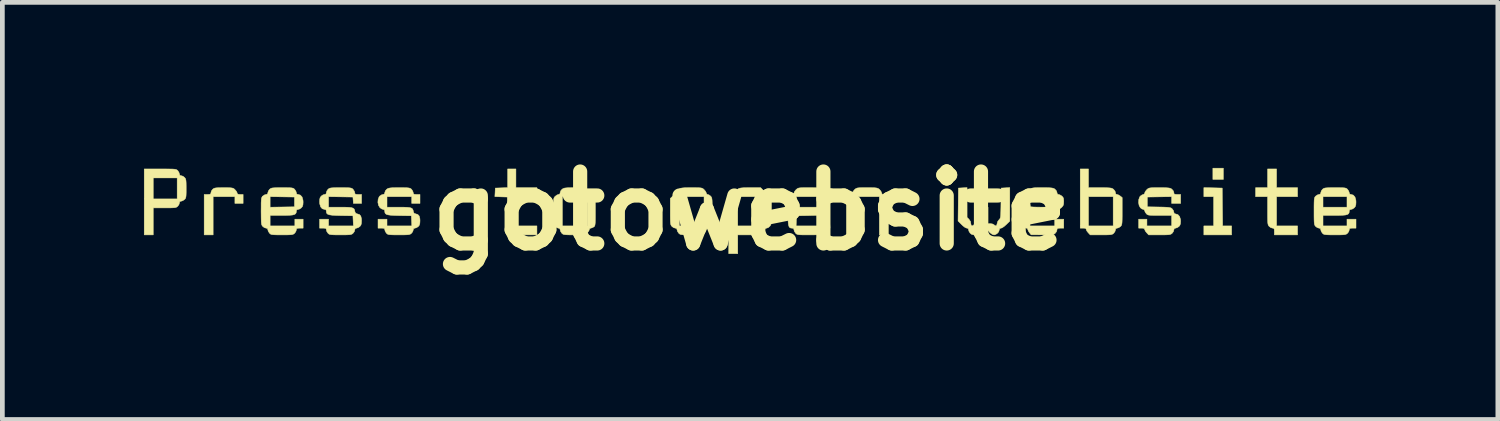
<source format=kicad_pcb>
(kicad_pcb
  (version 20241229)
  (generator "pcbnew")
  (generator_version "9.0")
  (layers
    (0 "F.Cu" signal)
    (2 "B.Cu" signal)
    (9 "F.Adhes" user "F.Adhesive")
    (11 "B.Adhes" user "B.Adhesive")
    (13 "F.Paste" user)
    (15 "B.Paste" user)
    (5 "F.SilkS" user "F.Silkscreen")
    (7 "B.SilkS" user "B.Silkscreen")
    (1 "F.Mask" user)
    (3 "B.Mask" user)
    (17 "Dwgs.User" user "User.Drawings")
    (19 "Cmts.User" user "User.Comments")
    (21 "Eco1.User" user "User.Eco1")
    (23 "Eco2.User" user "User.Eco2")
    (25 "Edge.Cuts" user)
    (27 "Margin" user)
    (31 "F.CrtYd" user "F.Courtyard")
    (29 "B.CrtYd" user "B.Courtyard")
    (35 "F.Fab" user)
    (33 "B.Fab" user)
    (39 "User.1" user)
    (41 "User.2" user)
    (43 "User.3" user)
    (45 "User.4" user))
  (footprint "gotowebsite"
    (layer "F.Cu")
    (at 12.832 1.418)
    (property "Reference" "gotowebsite" (at 0 0 0) (layer "F.SilkS") (effects (font (size 1.524 1.524) (thickness 0.3))))
    (attr through_hole)
    (fp_poly (pts (xy 10.033 -0.667) (xy 9.811 -0.667) (xy 9.811 -0.905) (xy 10.033 -0.905) (xy 10.033 -0.667)) (stroke (width 0.01) (type solid)) (fill yes) (layer "F.SilkS"))
    (fp_poly (pts (xy 9.815 -0.489) (xy 10.009 -0.484) (xy 10.013 -0.083) (xy 10.018 0.318) (xy 10.208 0.318) (xy 10.208 0.508) (xy 9.62 0.508) (xy 9.62 0.318) (xy 9.827 0.318) (xy 9.827 -0.302) (xy 9.62 -0.302) (xy 9.62 -0.493) (xy 9.815 -0.489)) (stroke (width 0.01) (type solid)) (fill yes) (layer "F.SilkS"))
    (fp_poly (pts (xy 11.16 -0.492) (xy 11.605 -0.492) (xy 11.605 -0.302) (xy 11.16 -0.302) (xy 11.16 0.318) (xy 11.605 0.318) (xy 11.605 0.508) (xy 11.113 0.508) (xy 11.113 0.437) (xy 11.111 0.392) (xy 11.103 0.371) (xy 11.084 0.365) (xy 11.076 0.365) (xy 11.039 0.354) (xy 11.004 0.328) (xy 10.992 0.314) (xy 10.983 0.297) (xy 10.977 0.273) (xy 10.973 0.237) (xy 10.971 0.183) (xy 10.97 0.109) (xy 10.97 0.007) (xy 10.97 -0.005) (xy 10.97 -0.302) (xy 10.716 -0.302) (xy 10.716 -0.492) (xy 10.97 -0.492) (xy 10.97 -0.889) (xy 11.16 -0.889) (xy 11.16 -0.492)) (stroke (width 0.01) (type solid)) (fill yes) (layer "F.SilkS"))
    (fp_poly (pts (xy -4.953 -0.492) (xy -4.508 -0.492) (xy -4.508 -0.302) (xy -4.953 -0.302) (xy -4.953 0.318) (xy -4.508 0.318) (xy -4.508 0.508) (xy -5.001 0.508) (xy -5.001 0.437) (xy -5.003 0.391) (xy -5.012 0.37) (xy -5.028 0.365) (xy -5.061 0.355) (xy -5.092 0.337) (xy -5.104 0.326) (xy -5.113 0.312) (xy -5.12 0.291) (xy -5.124 0.258) (xy -5.127 0.207) (xy -5.129 0.136) (xy -5.131 0.038) (xy -5.131 0.008) (xy -5.136 -0.294) (xy -5.267 -0.298) (xy -5.399 -0.303) (xy -5.394 -0.394) (xy -5.39 -0.484) (xy -5.128 -0.493) (xy -5.128 -0.889) (xy -4.953 -0.889) (xy -4.953 -0.492)) (stroke (width 0.01) (type solid)) (fill yes) (layer "F.SilkS"))
    (fp_poly (pts (xy -11.062 -0.492) (xy -11.005 -0.49) (xy -10.967 -0.486) (xy -10.941 -0.479) (xy -10.921 -0.466) (xy -10.903 -0.449) (xy -10.874 -0.415) (xy -10.859 -0.383) (xy -10.858 -0.378) (xy -10.852 -0.359) (xy -10.827 -0.351) (xy -10.795 -0.349) (xy -10.732 -0.349) (xy -10.732 -0.159) (xy -10.906 -0.159) (xy -10.906 -0.302) (xy -11.367 -0.302) (xy -11.367 0.508) (xy -11.557 0.508) (xy -11.557 -0.349) (xy -11.486 -0.349) (xy -11.441 -0.351) (xy -11.42 -0.359) (xy -11.414 -0.378) (xy -11.414 -0.386) (xy -11.403 -0.423) (xy -11.377 -0.458) (xy -11.359 -0.472) (xy -11.338 -0.482) (xy -11.307 -0.488) (xy -11.259 -0.491) (xy -11.19 -0.492) (xy -11.144 -0.492) (xy -11.062 -0.492)) (stroke (width 0.01) (type solid)) (fill yes) (layer "F.SilkS"))
    (fp_poly (pts (xy 2.574 -0.492) (xy 2.636 -0.491) (xy 2.678 -0.487) (xy 2.707 -0.481) (xy 2.727 -0.471) (xy 2.745 -0.457) (xy 2.751 -0.452) (xy 2.779 -0.417) (xy 2.794 -0.384) (xy 2.794 -0.38) (xy 2.806 -0.354) (xy 2.823 -0.349) (xy 2.852 -0.338) (xy 2.887 -0.312) (xy 2.894 -0.305) (xy 2.937 -0.26) (xy 2.937 0.508) (xy 2.746 0.508) (xy 2.746 -0.302) (xy 2.223 -0.302) (xy 2.223 0.508) (xy 2.048 0.508) (xy 2.048 -0.349) (xy 2.111 -0.349) (xy 2.153 -0.352) (xy 2.172 -0.363) (xy 2.175 -0.378) (xy 2.186 -0.407) (xy 2.213 -0.443) (xy 2.219 -0.449) (xy 2.238 -0.466) (xy 2.257 -0.478) (xy 2.281 -0.486) (xy 2.317 -0.49) (xy 2.371 -0.492) (xy 2.448 -0.492) (xy 2.485 -0.492) (xy 2.574 -0.492)) (stroke (width 0.01) (type solid)) (fill yes) (layer "F.SilkS"))
    (fp_poly (pts (xy -12.377 -0.889) (xy -12.292 -0.888) (xy -12.23 -0.887) (xy -12.187 -0.884) (xy -12.159 -0.879) (xy -12.14 -0.872) (xy -12.126 -0.863) (xy -12.115 -0.852) (xy -12.091 -0.815) (xy -12.081 -0.781) (xy -12.072 -0.753) (xy -12.044 -0.746) (xy -12.007 -0.735) (xy -11.973 -0.709) (xy -11.958 -0.691) (xy -11.948 -0.67) (xy -11.942 -0.639) (xy -11.939 -0.592) (xy -11.938 -0.523) (xy -11.938 -0.474) (xy -11.938 -0.391) (xy -11.94 -0.333) (xy -11.944 -0.295) (xy -11.951 -0.27) (xy -11.963 -0.253) (xy -11.975 -0.241) (xy -12.012 -0.216) (xy -12.046 -0.206) (xy -12.074 -0.198) (xy -12.081 -0.169) (xy -12.092 -0.132) (xy -12.118 -0.098) (xy -12.134 -0.085) (xy -12.153 -0.075) (xy -12.18 -0.069) (xy -12.221 -0.066) (xy -12.282 -0.064) (xy -12.368 -0.064) (xy -12.395 -0.064) (xy -12.636 -0.064) (xy -12.636 0.508) (xy -12.827 0.508) (xy -12.827 -0.699) (xy -12.636 -0.699) (xy -12.636 -0.254) (xy -12.129 -0.254) (xy -12.129 -0.699) (xy -12.636 -0.699) (xy -12.827 -0.699) (xy -12.827 -0.889) (xy -12.488 -0.889) (xy -12.377 -0.889)) (stroke (width 0.01) (type solid)) (fill yes) (layer "F.SilkS"))
    (fp_poly (pts (xy 0.275 -0.448) (xy 0.303 -0.412) (xy 0.317 -0.381) (xy 0.318 -0.376) (xy 0.33 -0.353) (xy 0.346 -0.349) (xy 0.375 -0.338) (xy 0.411 -0.312) (xy 0.418 -0.305) (xy 0.46 -0.26) (xy 0.46 0.011) (xy 0.46 0.11) (xy 0.459 0.184) (xy 0.456 0.235) (xy 0.452 0.271) (xy 0.445 0.295) (xy 0.434 0.314) (xy 0.427 0.323) (xy 0.39 0.355) (xy 0.356 0.365) (xy 0.325 0.373) (xy 0.318 0.395) (xy 0.308 0.427) (xy 0.285 0.465) (xy 0.285 0.466) (xy 0.252 0.508) (xy -0.254 0.508) (xy -0.254 0.905) (xy -0.445 0.905) (xy -0.437 -0.302) (xy -0.254 -0.302) (xy -0.254 0.318) (xy 0.27 0.318) (xy 0.27 -0.302) (xy -0.254 -0.302) (xy -0.437 -0.302) (xy -0.437 -0.341) (xy -0.369 -0.346) (xy -0.326 -0.352) (xy -0.307 -0.363) (xy -0.302 -0.386) (xy -0.302 -0.389) (xy -0.287 -0.429) (xy -0.256 -0.459) (xy -0.234 -0.473) (xy -0.209 -0.482) (xy -0.174 -0.487) (xy -0.124 -0.491) (xy -0.052 -0.492) (xy 0.011 -0.492) (xy 0.232 -0.492) (xy 0.275 -0.448)) (stroke (width 0.01) (type solid)) (fill yes) (layer "F.SilkS"))
    (fp_poly (pts (xy 7.176 -0.492) (xy 7.419 -0.492) (xy 7.514 -0.492) (xy 7.582 -0.49) (xy 7.629 -0.487) (xy 7.662 -0.482) (xy 7.684 -0.473) (xy 7.703 -0.461) (xy 7.705 -0.459) (xy 7.737 -0.422) (xy 7.747 -0.388) (xy 7.755 -0.357) (xy 7.777 -0.349) (xy 7.809 -0.34) (xy 7.847 -0.317) (xy 7.848 -0.316) (xy 7.89 -0.283) (xy 7.89 0.006) (xy 7.89 0.109) (xy 7.889 0.185) (xy 7.887 0.238) (xy 7.883 0.275) (xy 7.877 0.298) (xy 7.868 0.315) (xy 7.856 0.328) (xy 7.853 0.331) (xy 7.816 0.355) (xy 7.782 0.365) (xy 7.754 0.374) (xy 7.747 0.402) (xy 7.736 0.439) (xy 7.71 0.473) (xy 7.694 0.487) (xy 7.674 0.496) (xy 7.646 0.503) (xy 7.603 0.506) (xy 7.541 0.508) (xy 7.453 0.508) (xy 7.443 0.508) (xy 7.213 0.508) (xy 7.171 0.463) (xy 7.143 0.428) (xy 7.128 0.397) (xy 7.128 0.392) (xy 7.12 0.374) (xy 7.092 0.366) (xy 7.064 0.365) (xy 7.001 0.365) (xy 7.001 -0.302) (xy 7.176 -0.302) (xy 7.176 0.318) (xy 7.699 0.318) (xy 7.699 -0.302) (xy 7.176 -0.302) (xy 7.001 -0.302) (xy 7.001 -0.889) (xy 7.176 -0.889) (xy 7.176 -0.492)) (stroke (width 0.01) (type solid)) (fill yes) (layer "F.SilkS"))
    (fp_poly (pts (xy 5.509 0.216) (xy 5.433 0.29) (xy 5.385 0.332) (xy 5.344 0.359) (xy 5.322 0.365) (xy 5.294 0.374) (xy 5.286 0.402) (xy 5.273 0.444) (xy 5.238 0.482) (xy 5.194 0.505) (xy 5.173 0.508) (xy 5.137 0.496) (xy 5.093 0.464) (xy 5.053 0.423) (xy 5.025 0.381) (xy 5.016 0.353) (xy 5.01 0.327) (xy 4.985 0.318) (xy 4.969 0.318) (xy 4.934 0.322) (xy 4.922 0.341) (xy 4.921 0.349) (xy 4.911 0.378) (xy 4.885 0.419) (xy 4.864 0.444) (xy 4.807 0.492) (xy 4.752 0.51) (xy 4.7 0.496) (xy 4.67 0.471) (xy 4.645 0.434) (xy 4.636 0.4) (xy 4.627 0.372) (xy 4.599 0.365) (xy 4.565 0.353) (xy 4.519 0.318) (xy 4.488 0.289) (xy 4.413 0.213) (xy 4.417 -0.136) (xy 4.421 -0.484) (xy 4.512 -0.489) (xy 4.604 -0.494) (xy 4.604 0.137) (xy 4.643 0.175) (xy 4.677 0.225) (xy 4.683 0.265) (xy 4.691 0.305) (xy 4.711 0.318) (xy 4.74 0.302) (xy 4.747 0.294) (xy 4.775 0.277) (xy 4.818 0.27) (xy 4.82 0.27) (xy 4.874 0.27) (xy 4.874 -0.079) (xy 5.048 -0.079) (xy 5.048 0.27) (xy 5.102 0.27) (xy 5.145 0.277) (xy 5.174 0.293) (xy 5.175 0.294) (xy 5.205 0.316) (xy 5.229 0.31) (xy 5.239 0.276) (xy 5.239 0.273) (xy 5.253 0.224) (xy 5.278 0.191) (xy 5.291 0.177) (xy 5.301 0.163) (xy 5.309 0.143) (xy 5.314 0.112) (xy 5.317 0.067) (xy 5.319 0.002) (xy 5.321 -0.086) (xy 5.322 -0.165) (xy 5.326 -0.484) (xy 5.417 -0.489) (xy 5.509 -0.494) (xy 5.509 0.216)) (stroke (width 0.01) (type solid)) (fill yes) (layer "F.SilkS"))
    (fp_poly (pts (xy -1.145 -0.492) (xy -1.082 -0.491) (xy -1.04 -0.488) (xy -1.011 -0.482) (xy -0.991 -0.472) (xy -0.973 -0.457) (xy -0.965 -0.449) (xy -0.936 -0.415) (xy -0.921 -0.383) (xy -0.921 -0.378) (xy -0.908 -0.353) (xy -0.892 -0.349) (xy -0.861 -0.338) (xy -0.828 -0.313) (xy -0.816 -0.298) (xy -0.807 -0.281) (xy -0.801 -0.257) (xy -0.797 -0.22) (xy -0.795 -0.167) (xy -0.794 -0.092) (xy -0.794 0.01) (xy -0.794 0.018) (xy -0.794 0.123) (xy -0.795 0.201) (xy -0.797 0.256) (xy -0.801 0.293) (xy -0.807 0.317) (xy -0.816 0.332) (xy -0.823 0.339) (xy -0.86 0.36) (xy -0.886 0.365) (xy -0.915 0.375) (xy -0.921 0.395) (xy -0.93 0.427) (xy -0.953 0.465) (xy -0.954 0.466) (xy -0.987 0.508) (xy -1.229 0.508) (xy -1.322 0.508) (xy -1.388 0.507) (xy -1.434 0.504) (xy -1.464 0.499) (xy -1.483 0.49) (xy -1.498 0.478) (xy -1.505 0.471) (xy -1.53 0.434) (xy -1.54 0.4) (xy -1.549 0.372) (xy -1.577 0.365) (xy -1.614 0.354) (xy -1.648 0.328) (xy -1.661 0.313) (xy -1.67 0.296) (xy -1.676 0.271) (xy -1.68 0.233) (xy -1.682 0.178) (xy -1.683 0.1) (xy -1.683 0.014) (xy -1.683 -0.264) (xy -1.643 -0.302) (xy -1.492 -0.302) (xy -1.492 0.318) (xy -0.968 0.318) (xy -0.968 -0.302) (xy -1.492 -0.302) (xy -1.643 -0.302) (xy -1.638 -0.307) (xy -1.603 -0.334) (xy -1.571 -0.349) (xy -1.567 -0.349) (xy -1.545 -0.362) (xy -1.54 -0.388) (xy -1.527 -0.427) (xy -1.498 -0.459) (xy -1.479 -0.472) (xy -1.455 -0.482) (xy -1.423 -0.487) (xy -1.374 -0.491) (xy -1.305 -0.492) (xy -1.233 -0.492) (xy -1.145 -0.492)) (stroke (width 0.01) (type solid)) (fill yes) (layer "F.SilkS"))
    (fp_poly (pts (xy -3.621 -0.492) (xy -3.559 -0.491) (xy -3.516 -0.488) (xy -3.488 -0.482) (xy -3.468 -0.472) (xy -3.45 -0.457) (xy -3.442 -0.449) (xy -3.413 -0.415) (xy -3.398 -0.383) (xy -3.397 -0.378) (xy -3.385 -0.353) (xy -3.368 -0.349) (xy -3.337 -0.338) (xy -3.305 -0.313) (xy -3.293 -0.298) (xy -3.284 -0.281) (xy -3.278 -0.257) (xy -3.274 -0.22) (xy -3.271 -0.167) (xy -3.27 -0.092) (xy -3.27 0.009) (xy -3.27 0.02) (xy -3.27 0.124) (xy -3.271 0.2) (xy -3.273 0.254) (xy -3.277 0.291) (xy -3.282 0.314) (xy -3.291 0.328) (xy -3.302 0.338) (xy -3.306 0.34) (xy -3.343 0.359) (xy -3.369 0.365) (xy -3.393 0.378) (xy -3.397 0.394) (xy -3.408 0.423) (xy -3.435 0.458) (xy -3.442 0.465) (xy -3.46 0.482) (xy -3.478 0.494) (xy -3.502 0.501) (xy -3.537 0.505) (xy -3.59 0.507) (xy -3.665 0.508) (xy -3.717 0.508) (xy -3.807 0.508) (xy -3.871 0.506) (xy -3.915 0.503) (xy -3.943 0.498) (xy -3.962 0.489) (xy -3.978 0.476) (xy -3.982 0.471) (xy -4.007 0.434) (xy -4.016 0.4) (xy -4.025 0.372) (xy -4.053 0.365) (xy -4.09 0.354) (xy -4.125 0.328) (xy -4.137 0.314) (xy -4.146 0.296) (xy -4.152 0.271) (xy -4.156 0.234) (xy -4.158 0.179) (xy -4.159 0.101) (xy -4.159 0.01) (xy -4.159 -0.091) (xy -4.158 -0.165) (xy -4.156 -0.217) (xy -4.152 -0.252) (xy -4.146 -0.276) (xy -4.136 -0.293) (xy -4.128 -0.302) (xy -3.969 -0.302) (xy -3.969 0.318) (xy -3.445 0.318) (xy -3.445 -0.302) (xy -3.969 -0.302) (xy -4.128 -0.302) (xy -4.123 -0.307) (xy -4.12 -0.31) (xy -4.084 -0.337) (xy -4.051 -0.349) (xy -4.049 -0.349) (xy -4.023 -0.358) (xy -4.016 -0.388) (xy -4.003 -0.427) (xy -3.975 -0.459) (xy -3.955 -0.472) (xy -3.932 -0.482) (xy -3.899 -0.487) (xy -3.851 -0.491) (xy -3.782 -0.492) (xy -3.71 -0.492) (xy -3.621 -0.492)) (stroke (width 0.01) (type solid)) (fill yes) (layer "F.SilkS"))
    (fp_poly (pts (xy 8.768 -0.492) (xy 8.832 -0.49) (xy 8.877 -0.486) (xy 8.907 -0.48) (xy 8.928 -0.47) (xy 8.943 -0.459) (xy 8.975 -0.422) (xy 8.985 -0.388) (xy 8.988 -0.364) (xy 9.003 -0.353) (xy 9.039 -0.349) (xy 9.057 -0.349) (xy 9.128 -0.349) (xy 9.128 -0.159) (xy 8.938 -0.159) (xy 8.938 -0.302) (xy 8.422 -0.294) (xy 8.422 -0.087) (xy 8.667 -0.083) (xy 8.762 -0.081) (xy 8.829 -0.078) (xy 8.876 -0.074) (xy 8.908 -0.068) (xy 8.929 -0.06) (xy 8.946 -0.047) (xy 8.949 -0.044) (xy 8.975 -0.008) (xy 8.985 0.027) (xy 8.993 0.056) (xy 9.022 0.064) (xy 9.07 0.078) (xy 9.106 0.118) (xy 9.125 0.179) (xy 9.128 0.217) (xy 9.124 0.272) (xy 9.11 0.309) (xy 9.091 0.331) (xy 9.054 0.355) (xy 9.02 0.365) (xy 8.992 0.374) (xy 8.985 0.402) (xy 8.974 0.439) (xy 8.949 0.473) (xy 8.932 0.487) (xy 8.912 0.496) (xy 8.884 0.503) (xy 8.842 0.506) (xy 8.779 0.508) (xy 8.691 0.508) (xy 8.682 0.508) (xy 8.451 0.508) (xy 8.409 0.463) (xy 8.381 0.428) (xy 8.367 0.397) (xy 8.366 0.392) (xy 8.358 0.374) (xy 8.331 0.366) (xy 8.303 0.365) (xy 8.239 0.365) (xy 8.239 0.175) (xy 8.414 0.175) (xy 8.414 0.318) (xy 8.938 0.318) (xy 8.938 0.095) (xy 8.686 0.095) (xy 8.592 0.095) (xy 8.523 0.094) (xy 8.476 0.091) (xy 8.445 0.087) (xy 8.425 0.079) (xy 8.41 0.068) (xy 8.401 0.059) (xy 8.376 0.024) (xy 8.366 -0.005) (xy 8.353 -0.028) (xy 8.337 -0.032) (xy 8.306 -0.043) (xy 8.274 -0.068) (xy 8.248 -0.116) (xy 8.237 -0.177) (xy 8.241 -0.241) (xy 8.26 -0.295) (xy 8.276 -0.315) (xy 8.31 -0.339) (xy 8.339 -0.349) (xy 8.362 -0.362) (xy 8.366 -0.378) (xy 8.377 -0.407) (xy 8.404 -0.443) (xy 8.411 -0.449) (xy 8.429 -0.466) (xy 8.448 -0.478) (xy 8.472 -0.486) (xy 8.508 -0.49) (xy 8.562 -0.492) (xy 8.639 -0.492) (xy 8.678 -0.492) (xy 8.768 -0.492)) (stroke (width 0.01) (type solid)) (fill yes) (layer "F.SilkS"))
    (fp_poly (pts (xy 12.491 -0.492) (xy 12.555 -0.491) (xy 12.599 -0.488) (xy 12.627 -0.482) (xy 12.646 -0.473) (xy 12.661 -0.46) (xy 12.665 -0.455) (xy 12.69 -0.418) (xy 12.7 -0.384) (xy 12.709 -0.356) (xy 12.737 -0.349) (xy 12.786 -0.335) (xy 12.821 -0.295) (xy 12.84 -0.231) (xy 12.843 -0.188) (xy 12.84 -0.132) (xy 12.829 -0.095) (xy 12.807 -0.067) (xy 12.806 -0.066) (xy 12.769 -0.041) (xy 12.735 -0.032) (xy 12.707 -0.023) (xy 12.7 0.005) (xy 12.697 0.037) (xy 12.685 0.06) (xy 12.66 0.076) (xy 12.617 0.087) (xy 12.554 0.092) (xy 12.466 0.095) (xy 12.393 0.095) (xy 12.144 0.095) (xy 12.144 0.318) (xy 12.652 0.318) (xy 12.652 0.175) (xy 12.843 0.175) (xy 12.843 0.365) (xy 12.771 0.365) (xy 12.727 0.367) (xy 12.706 0.375) (xy 12.7 0.394) (xy 12.7 0.402) (xy 12.689 0.439) (xy 12.663 0.473) (xy 12.647 0.487) (xy 12.627 0.496) (xy 12.599 0.503) (xy 12.556 0.506) (xy 12.494 0.508) (xy 12.406 0.508) (xy 12.396 0.508) (xy 12.306 0.508) (xy 12.242 0.506) (xy 12.198 0.503) (xy 12.17 0.498) (xy 12.151 0.489) (xy 12.136 0.476) (xy 12.131 0.471) (xy 12.106 0.434) (xy 12.097 0.4) (xy 12.088 0.372) (xy 12.06 0.365) (xy 12.023 0.354) (xy 11.988 0.328) (xy 11.976 0.314) (xy 11.967 0.296) (xy 11.961 0.272) (xy 11.957 0.235) (xy 11.955 0.18) (xy 11.954 0.104) (xy 11.954 0.006) (xy 11.954 -0.096) (xy 11.955 -0.171) (xy 11.957 -0.224) (xy 11.961 -0.26) (xy 11.967 -0.283) (xy 11.976 -0.299) (xy 11.978 -0.302) (xy 12.144 -0.302) (xy 12.144 -0.079) (xy 12.652 -0.079) (xy 12.652 -0.302) (xy 12.144 -0.302) (xy 11.978 -0.302) (xy 11.989 -0.313) (xy 11.991 -0.315) (xy 12.028 -0.34) (xy 12.062 -0.349) (xy 12.09 -0.358) (xy 12.097 -0.386) (xy 12.108 -0.423) (xy 12.133 -0.458) (xy 12.15 -0.471) (xy 12.17 -0.481) (xy 12.198 -0.487) (xy 12.24 -0.49) (xy 12.303 -0.492) (xy 12.391 -0.492) (xy 12.401 -0.492) (xy 12.491 -0.492)) (stroke (width 0.01) (type solid)) (fill yes) (layer "F.SilkS"))
    (fp_poly (pts (xy -9.813 -0.492) (xy -9.749 -0.491) (xy -9.706 -0.488) (xy -9.677 -0.482) (xy -9.658 -0.473) (xy -9.643 -0.46) (xy -9.639 -0.455) (xy -9.614 -0.418) (xy -9.604 -0.384) (xy -9.596 -0.356) (xy -9.567 -0.349) (xy -9.519 -0.335) (xy -9.483 -0.295) (xy -9.464 -0.231) (xy -9.461 -0.188) (xy -9.464 -0.132) (xy -9.475 -0.095) (xy -9.498 -0.067) (xy -9.498 -0.066) (xy -9.535 -0.041) (xy -9.57 -0.032) (xy -9.597 -0.023) (xy -9.604 0.005) (xy -9.608 0.037) (xy -9.62 0.06) (xy -9.645 0.076) (xy -9.687 0.087) (xy -9.75 0.092) (xy -9.839 0.095) (xy -9.911 0.095) (xy -10.16 0.095) (xy -10.16 0.318) (xy -9.636 0.318) (xy -9.636 0.175) (xy -9.461 0.175) (xy -9.461 0.365) (xy -9.533 0.365) (xy -9.577 0.367) (xy -9.598 0.375) (xy -9.604 0.394) (xy -9.604 0.402) (xy -9.616 0.439) (xy -9.641 0.473) (xy -9.658 0.487) (xy -9.677 0.496) (xy -9.705 0.503) (xy -9.748 0.506) (xy -9.81 0.508) (xy -9.898 0.508) (xy -9.908 0.508) (xy -9.999 0.508) (xy -10.063 0.506) (xy -10.106 0.503) (xy -10.135 0.498) (xy -10.154 0.489) (xy -10.169 0.476) (xy -10.173 0.471) (xy -10.198 0.434) (xy -10.208 0.4) (xy -10.216 0.372) (xy -10.245 0.365) (xy -10.282 0.354) (xy -10.316 0.328) (xy -10.328 0.314) (xy -10.337 0.296) (xy -10.343 0.272) (xy -10.347 0.235) (xy -10.349 0.18) (xy -10.35 0.104) (xy -10.351 0.006) (xy -10.35 -0.079) (xy -10.16 -0.079) (xy -9.902 -0.083) (xy -9.644 -0.087) (xy -9.644 -0.294) (xy -9.902 -0.298) (xy -10.16 -0.302) (xy -10.16 -0.079) (xy -10.35 -0.079) (xy -10.35 -0.096) (xy -10.35 -0.171) (xy -10.347 -0.224) (xy -10.344 -0.26) (xy -10.337 -0.283) (xy -10.328 -0.299) (xy -10.316 -0.313) (xy -10.314 -0.315) (xy -10.277 -0.34) (xy -10.242 -0.349) (xy -10.215 -0.358) (xy -10.208 -0.386) (xy -10.196 -0.423) (xy -10.171 -0.458) (xy -10.154 -0.471) (xy -10.135 -0.481) (xy -10.107 -0.487) (xy -10.064 -0.49) (xy -10.002 -0.492) (xy -9.914 -0.492) (xy -9.904 -0.492) (xy -9.813 -0.492)) (stroke (width 0.01) (type solid)) (fill yes) (layer "F.SilkS"))
    (fp_poly (pts (xy -7.333 -0.492) (xy -7.27 -0.491) (xy -7.227 -0.487) (xy -7.199 -0.481) (xy -7.181 -0.472) (xy -7.165 -0.459) (xy -7.162 -0.455) (xy -7.138 -0.418) (xy -7.128 -0.384) (xy -7.124 -0.362) (xy -7.107 -0.352) (xy -7.068 -0.349) (xy -7.056 -0.349) (xy -6.985 -0.349) (xy -6.985 -0.159) (xy -7.16 -0.159) (xy -7.16 -0.302) (xy -7.684 -0.302) (xy -7.684 -0.079) (xy -7.432 -0.079) (xy -7.328 -0.079) (xy -7.252 -0.076) (xy -7.199 -0.07) (xy -7.164 -0.058) (xy -7.143 -0.041) (xy -7.131 -0.015) (xy -7.125 0.016) (xy -7.11 0.049) (xy -7.08 0.061) (xy -7.031 0.076) (xy -7.001 0.109) (xy -6.987 0.165) (xy -6.985 0.206) (xy -6.988 0.263) (xy -6.998 0.3) (xy -7.019 0.328) (xy -7.022 0.331) (xy -7.059 0.355) (xy -7.093 0.365) (xy -7.121 0.374) (xy -7.128 0.402) (xy -7.139 0.439) (xy -7.165 0.473) (xy -7.181 0.487) (xy -7.201 0.496) (xy -7.229 0.503) (xy -7.271 0.506) (xy -7.334 0.508) (xy -7.422 0.508) (xy -7.432 0.508) (xy -7.522 0.508) (xy -7.586 0.506) (xy -7.63 0.503) (xy -7.658 0.498) (xy -7.677 0.489) (xy -7.692 0.476) (xy -7.697 0.471) (xy -7.721 0.434) (xy -7.731 0.4) (xy -7.735 0.378) (xy -7.752 0.368) (xy -7.791 0.365) (xy -7.803 0.365) (xy -7.874 0.365) (xy -7.874 0.175) (xy -7.684 0.175) (xy -7.684 0.318) (xy -7.158 0.318) (xy -7.163 0.21) (xy -7.168 0.103) (xy -7.421 0.099) (xy -7.528 0.096) (xy -7.608 0.091) (xy -7.664 0.083) (xy -7.7 0.071) (xy -7.721 0.053) (xy -7.73 0.028) (xy -7.731 0.005) (xy -7.739 -0.024) (xy -7.764 -0.032) (xy -7.797 -0.043) (xy -7.833 -0.069) (xy -7.835 -0.071) (xy -7.864 -0.119) (xy -7.877 -0.181) (xy -7.872 -0.244) (xy -7.851 -0.298) (xy -7.837 -0.315) (xy -7.8 -0.34) (xy -7.766 -0.349) (xy -7.739 -0.358) (xy -7.731 -0.387) (xy -7.731 -0.388) (xy -7.718 -0.427) (xy -7.689 -0.459) (xy -7.67 -0.472) (xy -7.647 -0.481) (xy -7.614 -0.487) (xy -7.566 -0.491) (xy -7.497 -0.492) (xy -7.422 -0.492) (xy -7.333 -0.492)) (stroke (width 0.01) (type solid)) (fill yes) (layer "F.SilkS"))
    (fp_poly (pts (xy -8.575 -0.492) (xy -8.511 -0.491) (xy -8.468 -0.488) (xy -8.439 -0.482) (xy -8.42 -0.473) (xy -8.405 -0.46) (xy -8.401 -0.455) (xy -8.376 -0.418) (xy -8.366 -0.384) (xy -8.362 -0.362) (xy -8.345 -0.352) (xy -8.306 -0.349) (xy -8.295 -0.349) (xy -8.223 -0.349) (xy -8.223 -0.159) (xy -8.31 -0.159) (xy -8.396 -0.159) (xy -8.401 -0.226) (xy -8.406 -0.294) (xy -8.664 -0.298) (xy -8.922 -0.302) (xy -8.922 -0.079) (xy -8.67 -0.079) (xy -8.567 -0.079) (xy -8.49 -0.076) (xy -8.437 -0.07) (xy -8.402 -0.058) (xy -8.381 -0.041) (xy -8.369 -0.015) (xy -8.364 0.016) (xy -8.348 0.049) (xy -8.319 0.061) (xy -8.269 0.076) (xy -8.239 0.109) (xy -8.225 0.165) (xy -8.223 0.206) (xy -8.226 0.263) (xy -8.236 0.3) (xy -8.257 0.328) (xy -8.26 0.331) (xy -8.297 0.355) (xy -8.331 0.365) (xy -8.359 0.374) (xy -8.366 0.402) (xy -8.377 0.439) (xy -8.403 0.473) (xy -8.419 0.487) (xy -8.439 0.496) (xy -8.467 0.503) (xy -8.51 0.506) (xy -8.572 0.508) (xy -8.66 0.508) (xy -8.67 0.508) (xy -8.76 0.508) (xy -8.824 0.506) (xy -8.868 0.503) (xy -8.896 0.498) (xy -8.915 0.489) (xy -8.931 0.476) (xy -8.935 0.471) (xy -8.96 0.434) (xy -8.969 0.4) (xy -8.973 0.378) (xy -8.99 0.368) (xy -9.029 0.365) (xy -9.041 0.365) (xy -9.112 0.365) (xy -9.112 0.175) (xy -8.922 0.175) (xy -8.922 0.318) (xy -8.396 0.318) (xy -8.401 0.21) (xy -8.406 0.103) (xy -8.659 0.099) (xy -8.766 0.096) (xy -8.846 0.091) (xy -8.902 0.083) (xy -8.938 0.071) (xy -8.959 0.053) (xy -8.968 0.028) (xy -8.969 0.005) (xy -8.977 -0.024) (xy -9.006 -0.032) (xy -9.006 -0.032) (xy -9.055 -0.046) (xy -9.09 -0.086) (xy -9.109 -0.15) (xy -9.112 -0.193) (xy -9.109 -0.249) (xy -9.099 -0.286) (xy -9.076 -0.314) (xy -9.076 -0.315) (xy -9.039 -0.34) (xy -9.004 -0.349) (xy -8.977 -0.358) (xy -8.969 -0.386) (xy -8.958 -0.423) (xy -8.933 -0.458) (xy -8.916 -0.471) (xy -8.897 -0.481) (xy -8.868 -0.487) (xy -8.826 -0.49) (xy -8.763 -0.492) (xy -8.675 -0.492) (xy -8.666 -0.492) (xy -8.575 -0.492)) (stroke (width 0.01) (type solid)) (fill yes) (layer "F.SilkS"))
    (fp_poly (pts (xy 1.334 -0.492) (xy 1.396 -0.491) (xy 1.438 -0.487) (xy 1.466 -0.481) (xy 1.486 -0.471) (xy 1.504 -0.456) (xy 1.511 -0.449) (xy 1.54 -0.415) (xy 1.555 -0.383) (xy 1.556 -0.378) (xy 1.568 -0.354) (xy 1.583 -0.349) (xy 1.611 -0.339) (xy 1.647 -0.313) (xy 1.654 -0.307) (xy 1.684 -0.271) (xy 1.697 -0.231) (xy 1.699 -0.191) (xy 1.694 -0.137) (xy 1.677 -0.1) (xy 1.654 -0.074) (xy 1.618 -0.047) (xy 1.587 -0.032) (xy 1.583 -0.032) (xy 1.56 -0.019) (xy 1.556 -0.003) (xy 1.545 0.028) (xy 1.519 0.06) (xy 1.503 0.073) (xy 1.483 0.083) (xy 1.454 0.089) (xy 1.411 0.094) (xy 1.348 0.096) (xy 1.259 0.098) (xy 1.238 0.099) (xy 0.992 0.103) (xy 0.987 0.21) (xy 0.983 0.318) (xy 1.508 0.318) (xy 1.508 0.173) (xy 1.691 0.183) (xy 1.695 0.274) (xy 1.7 0.365) (xy 1.628 0.365) (xy 1.583 0.367) (xy 1.562 0.375) (xy 1.556 0.393) (xy 1.556 0.402) (xy 1.545 0.439) (xy 1.519 0.473) (xy 1.503 0.487) (xy 1.484 0.496) (xy 1.456 0.502) (xy 1.414 0.506) (xy 1.353 0.508) (xy 1.267 0.508) (xy 1.244 0.508) (xy 1.152 0.508) (xy 1.086 0.507) (xy 1.041 0.504) (xy 1.012 0.498) (xy 0.992 0.49) (xy 0.977 0.478) (xy 0.971 0.471) (xy 0.946 0.434) (xy 0.937 0.4) (xy 0.928 0.372) (xy 0.899 0.365) (xy 0.87 0.363) (xy 0.848 0.353) (xy 0.832 0.332) (xy 0.821 0.295) (xy 0.814 0.24) (xy 0.811 0.162) (xy 0.81 0.057) (xy 0.81 0.013) (xy 0.81 -0.09) (xy 0.811 -0.166) (xy 0.812 -0.221) (xy 0.816 -0.257) (xy 0.822 -0.282) (xy 0.831 -0.298) (xy 0.834 -0.302) (xy 0.984 -0.302) (xy 0.984 -0.079) (xy 1.508 -0.079) (xy 1.508 -0.302) (xy 0.984 -0.302) (xy 0.834 -0.302) (xy 0.843 -0.311) (xy 0.846 -0.315) (xy 0.88 -0.339) (xy 0.91 -0.349) (xy 0.933 -0.362) (xy 0.937 -0.378) (xy 0.947 -0.407) (xy 0.974 -0.443) (xy 0.981 -0.449) (xy 1 -0.466) (xy 1.018 -0.478) (xy 1.043 -0.486) (xy 1.079 -0.49) (xy 1.133 -0.492) (xy 1.211 -0.492) (xy 1.246 -0.492) (xy 1.334 -0.492)) (stroke (width 0.01) (type solid)) (fill yes) (layer "F.SilkS"))
    (fp_poly (pts (xy 6.292 -0.492) (xy 6.356 -0.49) (xy 6.4 -0.486) (xy 6.43 -0.48) (xy 6.452 -0.47) (xy 6.467 -0.459) (xy 6.499 -0.422) (xy 6.509 -0.388) (xy 6.517 -0.357) (xy 6.538 -0.349) (xy 6.571 -0.34) (xy 6.609 -0.317) (xy 6.61 -0.316) (xy 6.635 -0.291) (xy 6.648 -0.261) (xy 6.652 -0.213) (xy 6.652 -0.2) (xy 6.649 -0.146) (xy 6.637 -0.11) (xy 6.611 -0.079) (xy 6.607 -0.074) (xy 6.571 -0.047) (xy 6.54 -0.032) (xy 6.536 -0.032) (xy 6.513 -0.019) (xy 6.509 -0.003) (xy 6.498 0.028) (xy 6.472 0.06) (xy 6.456 0.073) (xy 6.436 0.083) (xy 6.407 0.089) (xy 6.364 0.094) (xy 6.301 0.096) (xy 6.212 0.098) (xy 6.191 0.099) (xy 5.945 0.103) (xy 5.94 0.21) (xy 5.936 0.318) (xy 6.461 0.318) (xy 6.461 0.175) (xy 6.652 0.175) (xy 6.652 0.365) (xy 6.58 0.365) (xy 6.536 0.367) (xy 6.515 0.375) (xy 6.509 0.394) (xy 6.509 0.402) (xy 6.498 0.439) (xy 6.472 0.473) (xy 6.456 0.487) (xy 6.437 0.496) (xy 6.409 0.502) (xy 6.368 0.506) (xy 6.307 0.507) (xy 6.221 0.507) (xy 6.198 0.507) (xy 5.961 0.506) (xy 5.925 0.461) (xy 5.901 0.424) (xy 5.89 0.393) (xy 5.89 0.39) (xy 5.877 0.369) (xy 5.861 0.365) (xy 5.829 0.355) (xy 5.797 0.333) (xy 5.785 0.32) (xy 5.776 0.304) (xy 5.77 0.281) (xy 5.766 0.246) (xy 5.764 0.194) (xy 5.763 0.119) (xy 5.763 0.019) (xy 5.763 0.01) (xy 5.763 -0.093) (xy 5.764 -0.168) (xy 5.766 -0.222) (xy 5.769 -0.259) (xy 5.775 -0.282) (xy 5.784 -0.299) (xy 5.787 -0.302) (xy 5.937 -0.302) (xy 5.937 -0.201) (xy 5.939 -0.147) (xy 5.943 -0.107) (xy 5.948 -0.09) (xy 5.967 -0.086) (xy 6.011 -0.083) (xy 6.077 -0.081) (xy 6.157 -0.08) (xy 6.21 -0.079) (xy 6.461 -0.079) (xy 6.461 -0.302) (xy 5.937 -0.302) (xy 5.787 -0.302) (xy 5.796 -0.312) (xy 5.799 -0.315) (xy 5.833 -0.339) (xy 5.863 -0.349) (xy 5.886 -0.362) (xy 5.89 -0.378) (xy 5.9 -0.407) (xy 5.927 -0.443) (xy 5.934 -0.449) (xy 5.953 -0.466) (xy 5.971 -0.478) (xy 5.996 -0.486) (xy 6.032 -0.49) (xy 6.085 -0.492) (xy 6.162 -0.492) (xy 6.202 -0.492) (xy 6.292 -0.492)) (stroke (width 0.01) (type solid)) (fill yes) (layer "F.SilkS")))
  (gr_rect
    (start -3 -3)
    (end 28.68 5.836)
    (stroke (width 0.1) (type default))
    (fill no)
    (layer "Edge.Cuts")))
</source>
